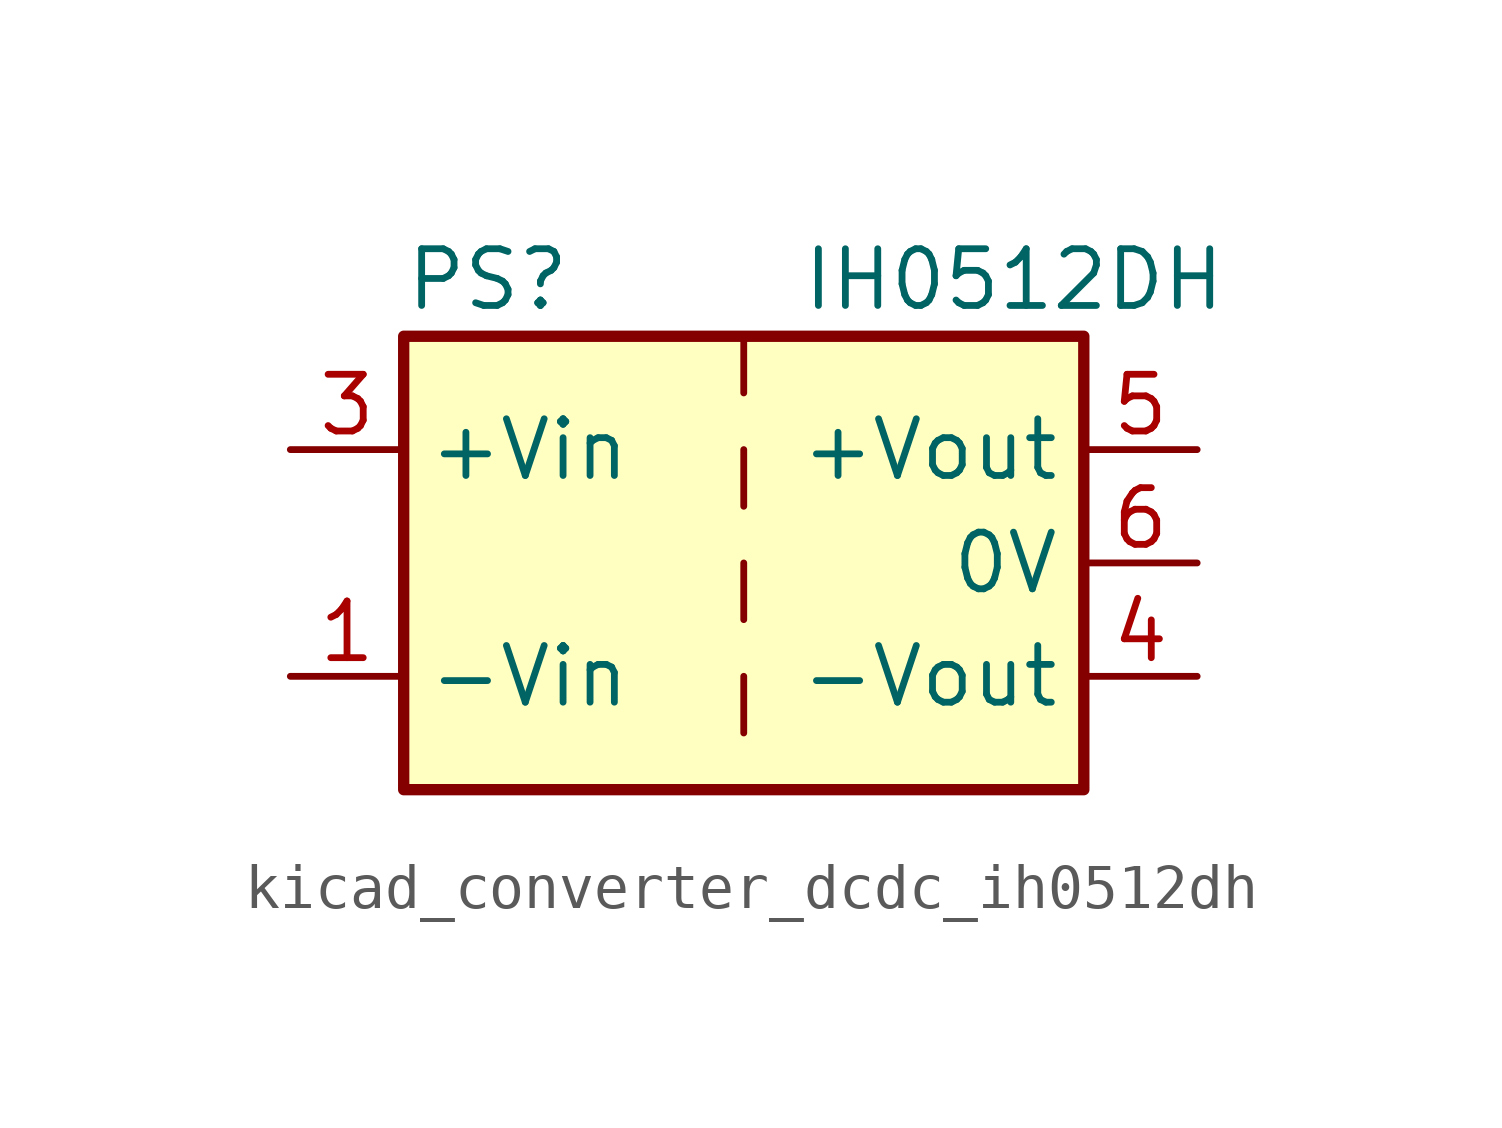
<source format=kicad_sym>
(kicad_symbol_lib
  (version 20220914)
  (generator kicad_symbol_editor)
  (symbol "kicad_converter_dcdc_ih0512dh"
    (property "Reference" "PS"
      (at -7.62 6.35 0)
      (effects (font (size 1.27 1.27)) (justify left)))
    (property "Value" "IH0512DH"
      (at 1.27 6.35 0)
      (effects (font (size 1.27 1.27)) (justify left)))
    (symbol "kicad_converter_dcdc_ih0512dh_0_0"
      (pin power_in line (at -10.16 -2.54 0) (length 2.54) (name "-Vin" (effects (font (size 1.27 1.27)))) (number "1" (effects (font (size 1.27 1.27)))))
      (pin power_in line (at -10.16 2.54 0) (length 2.54) (name "+Vin" (effects (font (size 1.27 1.27)))) (number "3" (effects (font (size 1.27 1.27)))))
      (pin power_out line (at 10.16 -2.54 180) (length 2.54) (name "-Vout" (effects (font (size 1.27 1.27)))) (number "4" (effects (font (size 1.27 1.27)))))
      (pin power_out line (at 10.16 2.54 180) (length 2.54) (name "+Vout" (effects (font (size 1.27 1.27)))) (number "5" (effects (font (size 1.27 1.27)))))
      (pin power_out line (at 10.16 0 180) (length 2.54) (name "0V" (effects (font (size 1.27 1.27)))) (number "6" (effects (font (size 1.27 1.27))))))
    (symbol "kicad_converter_dcdc_ih0512dh_0_1"
      (rectangle (start -7.62 5.08) (end 7.62 -5.08) (stroke (width 0.254) (type default)) (fill (type background)))
      (polyline (pts (xy 0 -2.54) (xy 0 -3.81)) (stroke (width 0) (type default)) (fill (type none)))
      (polyline (pts (xy 0 0) (xy 0 -1.27)) (stroke (width 0) (type default)) (fill (type none)))
      (polyline (pts (xy 0 2.54) (xy 0 1.27)) (stroke (width 0) (type default)) (fill (type none)))
      (polyline (pts (xy 0 5.08) (xy 0 3.81)) (stroke (width 0) (type default)) (fill (type none))))
    (symbol "kicad_converter_dcdc_ih0512dh_1_1"
      (pin no_connect line (at 0 -5.08 90) (length 2.54) hide (name "NC" (effects (font (size 1.27 1.27)))) (number "2" (effects (font (size 1.27 1.27))))))))
</source>
